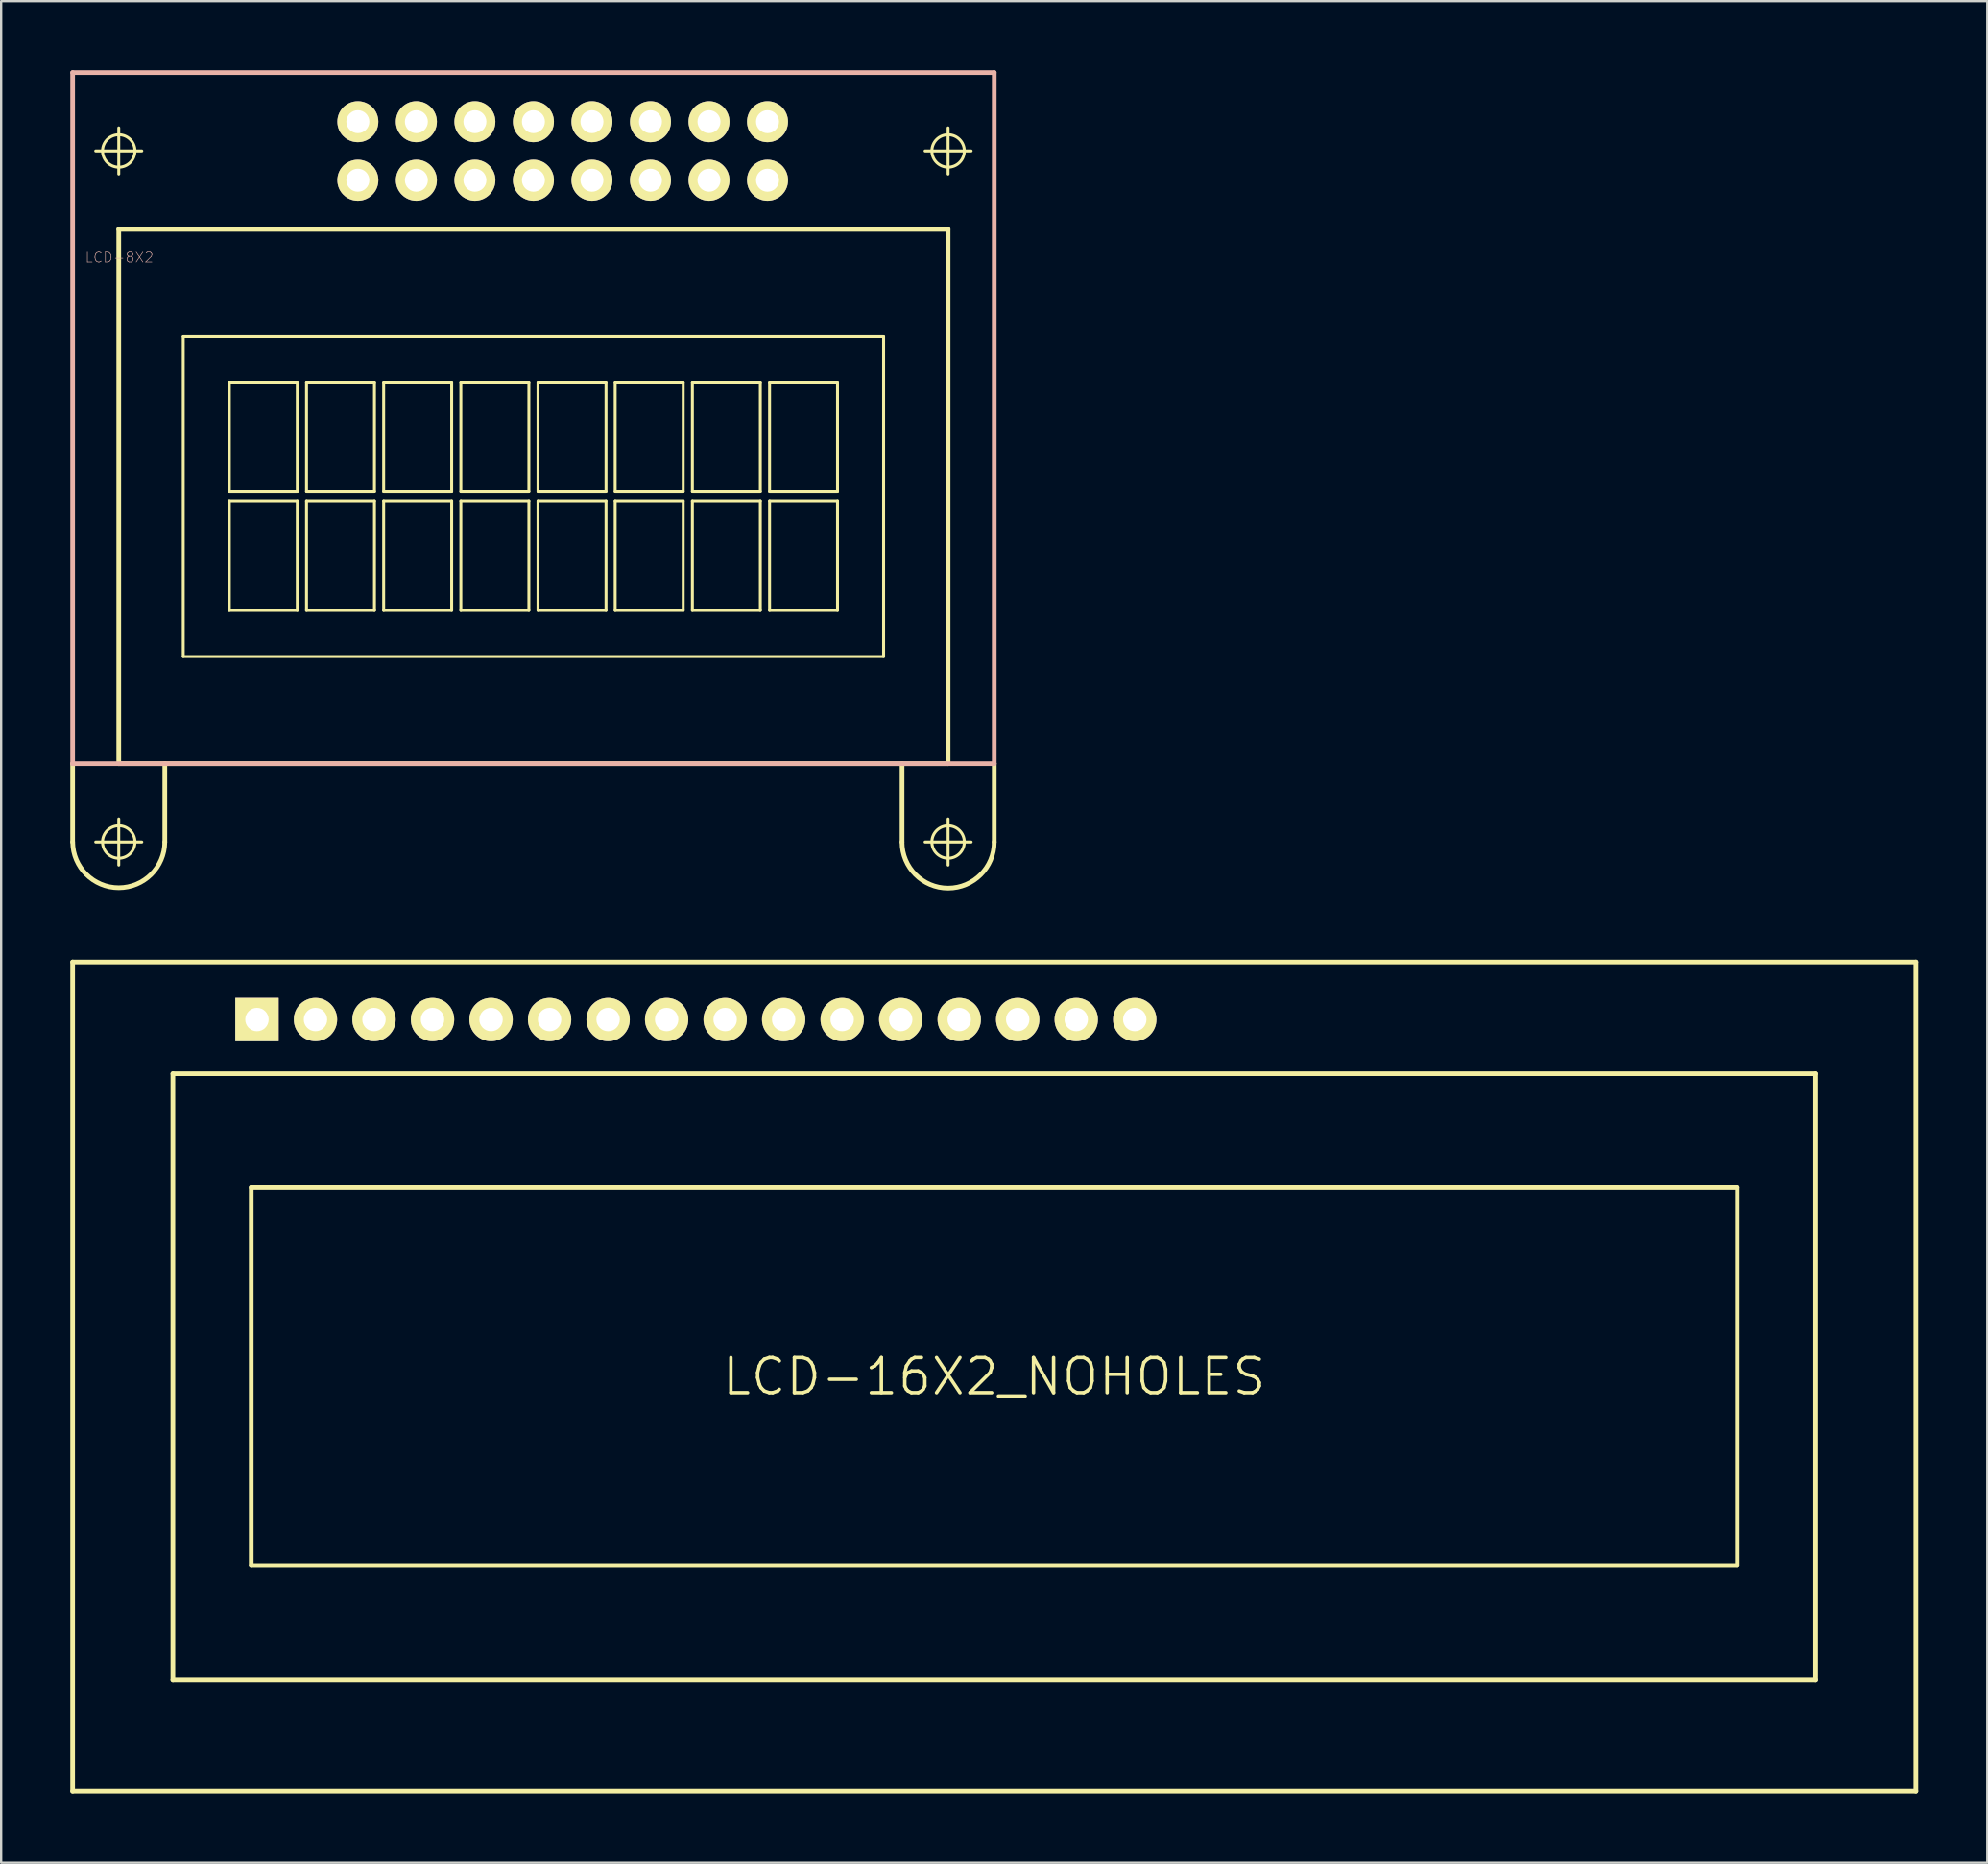
<source format=kicad_pcb>
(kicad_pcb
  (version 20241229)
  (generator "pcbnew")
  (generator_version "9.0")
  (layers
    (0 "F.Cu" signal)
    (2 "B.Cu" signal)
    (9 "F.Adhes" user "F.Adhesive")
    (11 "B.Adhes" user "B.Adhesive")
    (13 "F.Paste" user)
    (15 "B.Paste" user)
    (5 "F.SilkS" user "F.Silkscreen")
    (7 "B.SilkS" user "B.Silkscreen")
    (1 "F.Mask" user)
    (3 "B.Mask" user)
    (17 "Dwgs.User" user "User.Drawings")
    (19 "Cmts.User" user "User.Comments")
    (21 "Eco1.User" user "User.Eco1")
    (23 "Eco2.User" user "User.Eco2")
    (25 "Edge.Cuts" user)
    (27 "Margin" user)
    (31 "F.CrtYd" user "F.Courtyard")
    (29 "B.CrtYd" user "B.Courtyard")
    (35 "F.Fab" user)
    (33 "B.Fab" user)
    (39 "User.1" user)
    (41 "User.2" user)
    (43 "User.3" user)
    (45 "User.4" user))
  (footprint "LCD-8X2"
    (layer "F.Cu")
    (at 20.102 18.501)
    (property "Reference" "LCD-8X2" (at -17.971 -10.373 0) (layer "B.SilkS") (effects (font (size 0.432 0.432) (thickness 0.025))))
    (attr exclude_from_pos_files exclude_from_bom)
    (fp_line (start -20 14.999) (end -20 11.598) (stroke (width 0.203) (type solid)) (layer "F.SilkS"))
    (fp_line (start -18.999 -14.999) (end -16.998 -14.999) (stroke (width 0.127) (type solid)) (layer "F.SilkS"))
    (fp_line (start -18.999 14.999) (end -16.998 14.999) (stroke (width 0.127) (type solid)) (layer "F.SilkS"))
    (fp_line (start -17.998 -13.998) (end -17.998 -15.999) (stroke (width 0.127) (type solid)) (layer "F.SilkS"))
    (fp_line (start -17.998 -11.598) (end -17.998 11.598) (stroke (width 0.203) (type solid)) (layer "F.SilkS"))
    (fp_line (start -17.998 -11.598) (end 17.998 -11.598) (stroke (width 0.203) (type solid)) (layer "F.SilkS"))
    (fp_line (start -17.998 11.598) (end 17.998 11.598) (stroke (width 0.203) (type solid)) (layer "F.SilkS"))
    (fp_line (start -17.998 15.999) (end -17.998 13.998) (stroke (width 0.127) (type solid)) (layer "F.SilkS"))
    (fp_line (start -15.999 14.999) (end -15.999 11.598) (stroke (width 0.203) (type solid)) (layer "F.SilkS"))
    (fp_line (start -15.199 -6.949) (end -15.199 6.949) (stroke (width 0.127) (type solid)) (layer "F.SilkS"))
    (fp_line (start -15.199 6.949) (end 15.199 6.949) (stroke (width 0.127) (type solid)) (layer "F.SilkS"))
    (fp_line (start -13.198 -4.948) (end -10.249 -4.948) (stroke (width 0.127) (type solid)) (layer "F.SilkS"))
    (fp_line (start -13.198 -0.198) (end -13.198 -4.948) (stroke (width 0.127) (type solid)) (layer "F.SilkS"))
    (fp_line (start -13.198 0.198) (end -13.198 4.948) (stroke (width 0.127) (type solid)) (layer "F.SilkS"))
    (fp_line (start -13.198 4.948) (end -10.249 4.948) (stroke (width 0.127) (type solid)) (layer "F.SilkS"))
    (fp_line (start -10.249 -4.948) (end -10.249 -0.198) (stroke (width 0.127) (type solid)) (layer "F.SilkS"))
    (fp_line (start -10.249 -0.198) (end -13.198 -0.198) (stroke (width 0.127) (type solid)) (layer "F.SilkS"))
    (fp_line (start -10.249 0.198) (end -13.198 0.198) (stroke (width 0.127) (type solid)) (layer "F.SilkS"))
    (fp_line (start -10.249 4.948) (end -10.249 0.198) (stroke (width 0.127) (type solid)) (layer "F.SilkS"))
    (fp_line (start -9.848 -4.948) (end -6.899 -4.948) (stroke (width 0.127) (type solid)) (layer "F.SilkS"))
    (fp_line (start -9.848 -0.198) (end -9.848 -4.948) (stroke (width 0.127) (type solid)) (layer "F.SilkS"))
    (fp_line (start -9.848 0.198) (end -9.848 4.948) (stroke (width 0.127) (type solid)) (layer "F.SilkS"))
    (fp_line (start -9.848 4.948) (end -6.899 4.948) (stroke (width 0.127) (type solid)) (layer "F.SilkS"))
    (fp_line (start -6.899 -4.948) (end -6.899 -0.198) (stroke (width 0.127) (type solid)) (layer "F.SilkS"))
    (fp_line (start -6.899 -0.198) (end -9.848 -0.198) (stroke (width 0.127) (type solid)) (layer "F.SilkS"))
    (fp_line (start -6.899 0.198) (end -9.848 0.198) (stroke (width 0.127) (type solid)) (layer "F.SilkS"))
    (fp_line (start -6.899 4.948) (end -6.899 0.198) (stroke (width 0.127) (type solid)) (layer "F.SilkS"))
    (fp_line (start -6.5 -4.948) (end -3.548 -4.948) (stroke (width 0.127) (type solid)) (layer "F.SilkS"))
    (fp_line (start -6.5 -0.198) (end -6.5 -4.948) (stroke (width 0.127) (type solid)) (layer "F.SilkS"))
    (fp_line (start -6.5 0.198) (end -6.5 4.948) (stroke (width 0.127) (type solid)) (layer "F.SilkS"))
    (fp_line (start -6.5 4.948) (end -3.548 4.948) (stroke (width 0.127) (type solid)) (layer "F.SilkS"))
    (fp_line (start -3.548 -4.948) (end -3.548 -0.198) (stroke (width 0.127) (type solid)) (layer "F.SilkS"))
    (fp_line (start -3.548 -0.198) (end -6.5 -0.198) (stroke (width 0.127) (type solid)) (layer "F.SilkS"))
    (fp_line (start -3.548 0.198) (end -6.5 0.198) (stroke (width 0.127) (type solid)) (layer "F.SilkS"))
    (fp_line (start -3.548 4.948) (end -3.548 0.198) (stroke (width 0.127) (type solid)) (layer "F.SilkS"))
    (fp_line (start -3.15 -4.948) (end -0.198 -4.948) (stroke (width 0.127) (type solid)) (layer "F.SilkS"))
    (fp_line (start -3.15 -0.198) (end -3.15 -4.948) (stroke (width 0.127) (type solid)) (layer "F.SilkS"))
    (fp_line (start -3.15 0.198) (end -3.15 4.948) (stroke (width 0.127) (type solid)) (layer "F.SilkS"))
    (fp_line (start -3.15 4.948) (end -0.198 4.948) (stroke (width 0.127) (type solid)) (layer "F.SilkS"))
    (fp_line (start -0.198 -4.948) (end -0.198 -0.198) (stroke (width 0.127) (type solid)) (layer "F.SilkS"))
    (fp_line (start -0.198 -0.198) (end -3.15 -0.198) (stroke (width 0.127) (type solid)) (layer "F.SilkS"))
    (fp_line (start -0.198 0.198) (end -3.15 0.198) (stroke (width 0.127) (type solid)) (layer "F.SilkS"))
    (fp_line (start -0.198 4.948) (end -0.198 0.198) (stroke (width 0.127) (type solid)) (layer "F.SilkS"))
    (fp_line (start 0.198 -4.948) (end 3.15 -4.948) (stroke (width 0.127) (type solid)) (layer "F.SilkS"))
    (fp_line (start 0.198 -0.198) (end 0.198 -4.948) (stroke (width 0.127) (type solid)) (layer "F.SilkS"))
    (fp_line (start 0.198 0.198) (end 0.198 4.948) (stroke (width 0.127) (type solid)) (layer "F.SilkS"))
    (fp_line (start 0.198 4.948) (end 3.15 4.948) (stroke (width 0.127) (type solid)) (layer "F.SilkS"))
    (fp_line (start 3.15 -4.948) (end 3.15 -0.198) (stroke (width 0.127) (type solid)) (layer "F.SilkS"))
    (fp_line (start 3.15 -0.198) (end 0.198 -0.198) (stroke (width 0.127) (type solid)) (layer "F.SilkS"))
    (fp_line (start 3.15 0.198) (end 0.198 0.198) (stroke (width 0.127) (type solid)) (layer "F.SilkS"))
    (fp_line (start 3.15 4.948) (end 3.15 0.198) (stroke (width 0.127) (type solid)) (layer "F.SilkS"))
    (fp_line (start 3.548 -4.948) (end 6.5 -4.948) (stroke (width 0.127) (type solid)) (layer "F.SilkS"))
    (fp_line (start 3.548 -0.198) (end 3.548 -4.948) (stroke (width 0.127) (type solid)) (layer "F.SilkS"))
    (fp_line (start 3.548 0.198) (end 3.548 4.948) (stroke (width 0.127) (type solid)) (layer "F.SilkS"))
    (fp_line (start 3.548 4.948) (end 6.5 4.948) (stroke (width 0.127) (type solid)) (layer "F.SilkS"))
    (fp_line (start 6.5 -4.948) (end 6.5 -0.198) (stroke (width 0.127) (type solid)) (layer "F.SilkS"))
    (fp_line (start 6.5 -0.198) (end 3.548 -0.198) (stroke (width 0.127) (type solid)) (layer "F.SilkS"))
    (fp_line (start 6.5 0.198) (end 3.548 0.198) (stroke (width 0.127) (type solid)) (layer "F.SilkS"))
    (fp_line (start 6.5 4.948) (end 6.5 0.198) (stroke (width 0.127) (type solid)) (layer "F.SilkS"))
    (fp_line (start 6.899 -4.948) (end 9.848 -4.948) (stroke (width 0.127) (type solid)) (layer "F.SilkS"))
    (fp_line (start 6.899 -0.198) (end 6.899 -4.948) (stroke (width 0.127) (type solid)) (layer "F.SilkS"))
    (fp_line (start 6.899 0.198) (end 6.899 4.948) (stroke (width 0.127) (type solid)) (layer "F.SilkS"))
    (fp_line (start 6.899 4.948) (end 9.848 4.948) (stroke (width 0.127) (type solid)) (layer "F.SilkS"))
    (fp_line (start 9.848 -4.948) (end 9.848 -0.198) (stroke (width 0.127) (type solid)) (layer "F.SilkS"))
    (fp_line (start 9.848 -0.198) (end 6.899 -0.198) (stroke (width 0.127) (type solid)) (layer "F.SilkS"))
    (fp_line (start 9.848 0.198) (end 6.899 0.198) (stroke (width 0.127) (type solid)) (layer "F.SilkS"))
    (fp_line (start 9.848 4.948) (end 9.848 0.198) (stroke (width 0.127) (type solid)) (layer "F.SilkS"))
    (fp_line (start 10.249 -4.948) (end 13.198 -4.948) (stroke (width 0.127) (type solid)) (layer "F.SilkS"))
    (fp_line (start 10.249 -0.198) (end 10.249 -4.948) (stroke (width 0.127) (type solid)) (layer "F.SilkS"))
    (fp_line (start 10.249 0.198) (end 10.249 4.948) (stroke (width 0.127) (type solid)) (layer "F.SilkS"))
    (fp_line (start 10.249 4.948) (end 13.198 4.948) (stroke (width 0.127) (type solid)) (layer "F.SilkS"))
    (fp_line (start 13.198 -4.948) (end 13.198 -0.198) (stroke (width 0.127) (type solid)) (layer "F.SilkS"))
    (fp_line (start 13.198 -0.198) (end 10.249 -0.198) (stroke (width 0.127) (type solid)) (layer "F.SilkS"))
    (fp_line (start 13.198 0.198) (end 10.249 0.198) (stroke (width 0.127) (type solid)) (layer "F.SilkS"))
    (fp_line (start 13.198 4.948) (end 13.198 0.198) (stroke (width 0.127) (type solid)) (layer "F.SilkS"))
    (fp_line (start 15.199 -6.949) (end -15.199 -6.949) (stroke (width 0.127) (type solid)) (layer "F.SilkS"))
    (fp_line (start 15.199 6.949) (end 15.199 -6.949) (stroke (width 0.127) (type solid)) (layer "F.SilkS"))
    (fp_line (start 15.999 14.999) (end 15.999 11.598) (stroke (width 0.203) (type solid)) (layer "F.SilkS"))
    (fp_line (start 16.998 -14.999) (end 18.999 -14.999) (stroke (width 0.127) (type solid)) (layer "F.SilkS"))
    (fp_line (start 16.998 14.999) (end 18.999 14.999) (stroke (width 0.127) (type solid)) (layer "F.SilkS"))
    (fp_line (start 17.998 -13.998) (end 17.998 -15.999) (stroke (width 0.127) (type solid)) (layer "F.SilkS"))
    (fp_line (start 17.998 -11.598) (end 17.998 11.598) (stroke (width 0.203) (type solid)) (layer "F.SilkS"))
    (fp_line (start 17.998 15.999) (end 17.998 13.998) (stroke (width 0.127) (type solid)) (layer "F.SilkS"))
    (fp_line (start 20 14.999) (end 20 11.598) (stroke (width 0.203) (type solid)) (layer "F.SilkS"))
    (fp_arc (start -15.99946 14.9987) (mid -17.99844 16.99768) (end -19.99742 14.9987) (stroke (width 0.2032) (type solid)) (layer "F.SilkS"))
    (fp_arc (start 19.99996 14.9987) (mid 17.99844 17.00022) (end 15.99692 14.9987) (stroke (width 0.2032) (type solid)) (layer "F.SilkS"))
    (fp_circle (center -17.998 -14.999) (end -18.496 -15.497) (stroke (width 0.127) (type solid)) (fill no) (layer "F.SilkS"))
    (fp_circle (center -17.998 14.999) (end -18.496 15.497) (stroke (width 0.127) (type solid)) (fill no) (layer "F.SilkS"))
    (fp_circle (center 17.998 -14.999) (end 18.496 -15.497) (stroke (width 0.127) (type solid)) (fill no) (layer "F.SilkS"))
    (fp_circle (center 17.998 14.999) (end 18.496 15.497) (stroke (width 0.127) (type solid)) (fill no) (layer "F.SilkS"))
    (fp_line (start -20 -18.4) (end 20 -18.4) (stroke (width 0.203) (type solid)) (layer "B.SilkS"))
    (fp_line (start -20 11.598) (end -20 -18.4) (stroke (width 0.203) (type solid)) (layer "B.SilkS"))
    (fp_line (start 20 -18.4) (end 20 11.598) (stroke (width 0.203) (type solid)) (layer "B.SilkS"))
    (fp_line (start 20 11.598) (end -20 11.598) (stroke (width 0.203) (type solid)) (layer "B.SilkS"))
    (pad "1" thru_hole circle (at -7.62 -13.729) (size 1.778 1.778) (drill 0.998) (layers "*.Cu" "F.Mask" "F.SilkS" "F.Paste"))
    (pad "2" thru_hole circle (at -7.62 -16.269) (size 1.778 1.778) (drill 0.998) (layers "*.Cu" "F.Mask" "F.SilkS" "F.Paste"))
    (pad "3" thru_hole circle (at -5.08 -13.729) (size 1.778 1.778) (drill 0.998) (layers "*.Cu" "F.Mask" "F.SilkS" "F.Paste"))
    (pad "4" thru_hole circle (at -5.08 -16.269) (size 1.778 1.778) (drill 0.998) (layers "*.Cu" "F.Mask" "F.SilkS" "F.Paste"))
    (pad "5" thru_hole circle (at -2.54 -13.729) (size 1.778 1.778) (drill 0.998) (layers "*.Cu" "F.Mask" "F.SilkS" "F.Paste"))
    (pad "6" thru_hole circle (at -2.54 -16.269) (size 1.778 1.778) (drill 0.998) (layers "*.Cu" "F.Mask" "F.SilkS" "F.Paste"))
    (pad "7" thru_hole circle (at 0 -13.729) (size 1.778 1.778) (drill 0.998) (layers "*.Cu" "F.Mask" "F.SilkS" "F.Paste"))
    (pad "8" thru_hole circle (at 0 -16.269) (size 1.778 1.778) (drill 0.998) (layers "*.Cu" "F.Mask" "F.SilkS" "F.Paste"))
    (pad "9" thru_hole circle (at 2.54 -13.729) (size 1.778 1.778) (drill 0.998) (layers "*.Cu" "F.Mask" "F.SilkS" "F.Paste"))
    (pad "10" thru_hole circle (at 2.54 -16.269) (size 1.778 1.778) (drill 0.998) (layers "*.Cu" "F.Mask" "F.SilkS" "F.Paste"))
    (pad "11" thru_hole circle (at 5.08 -13.729) (size 1.778 1.778) (drill 0.998) (layers "*.Cu" "F.Mask" "F.SilkS" "F.Paste"))
    (pad "12" thru_hole circle (at 5.08 -16.269) (size 1.778 1.778) (drill 0.998) (layers "*.Cu" "F.Mask" "F.SilkS" "F.Paste"))
    (pad "13" thru_hole circle (at 7.62 -13.729) (size 1.778 1.778) (drill 0.998) (layers "*.Cu" "F.Mask" "F.SilkS" "F.Paste"))
    (pad "14" thru_hole circle (at 7.62 -16.269) (size 1.778 1.778) (drill 0.998) (layers "*.Cu" "F.Mask" "F.SilkS" "F.Paste"))
    (pad "15" thru_hole circle (at 10.16 -13.729) (size 1.778 1.778) (drill 0.998) (layers "*.Cu" "F.Mask" "F.SilkS" "F.Paste"))
    (pad "16" thru_hole circle (at 10.16 -16.269) (size 1.778 1.778) (drill 0.998) (layers "*.Cu" "F.Mask" "F.SilkS" "F.Paste")))
  (footprint "LCD-16X2_NOHOLES"
    (layer "F.Cu")
    (at 40.102 56.703)
    (property "Reference" "LCD-16X2_NOHOLES" (at 0 0 0) (layer "F.SilkS") (effects (font (size 1.524 1.524) (thickness 0.15))))
    (attr exclude_from_pos_files exclude_from_bom)
    (fp_line (start -40 -17.998) (end 40 -17.998) (stroke (width 0.203) (type solid)) (layer "F.SilkS"))
    (fp_line (start -40 17.998) (end -40 -17.998) (stroke (width 0.203) (type solid)) (layer "F.SilkS"))
    (fp_line (start -35.649 -13.15) (end 35.649 -13.15) (stroke (width 0.203) (type solid)) (layer "F.SilkS"))
    (fp_line (start -35.649 13.15) (end -35.649 -13.15) (stroke (width 0.203) (type solid)) (layer "F.SilkS"))
    (fp_line (start -32.248 -8.199) (end 32.248 -8.199) (stroke (width 0.203) (type solid)) (layer "F.SilkS"))
    (fp_line (start -32.248 8.199) (end -32.248 -8.199) (stroke (width 0.203) (type solid)) (layer "F.SilkS"))
    (fp_line (start 32.248 -8.199) (end 32.248 8.199) (stroke (width 0.203) (type solid)) (layer "F.SilkS"))
    (fp_line (start 32.248 8.199) (end -32.248 8.199) (stroke (width 0.203) (type solid)) (layer "F.SilkS"))
    (fp_line (start 35.649 -13.15) (end 35.649 13.15) (stroke (width 0.203) (type solid)) (layer "F.SilkS"))
    (fp_line (start 35.649 13.15) (end -35.649 13.15) (stroke (width 0.203) (type solid)) (layer "F.SilkS"))
    (fp_line (start 40 -17.998) (end 40 17.998) (stroke (width 0.203) (type solid)) (layer "F.SilkS"))
    (fp_line (start 40 17.998) (end -40 17.998) (stroke (width 0.203) (type solid)) (layer "F.SilkS"))
    (pad "1" thru_hole rect (at -31.999 -15.499) (size 1.88 1.88) (drill 1.016) (layers "*.Cu" "F.Mask" "F.SilkS" "F.Paste"))
    (pad "2" thru_hole circle (at -29.459 -15.499) (size 1.88 1.88) (drill 1.016) (layers "*.Cu" "F.Mask" "F.SilkS" "F.Paste"))
    (pad "3" thru_hole circle (at -26.919 -15.499) (size 1.88 1.88) (drill 1.016) (layers "*.Cu" "F.Mask" "F.SilkS" "F.Paste"))
    (pad "4" thru_hole circle (at -24.379 -15.499) (size 1.88 1.88) (drill 1.016) (layers "*.Cu" "F.Mask" "F.SilkS" "F.Paste"))
    (pad "5" thru_hole circle (at -21.839 -15.499) (size 1.88 1.88) (drill 1.016) (layers "*.Cu" "F.Mask" "F.SilkS" "F.Paste"))
    (pad "6" thru_hole circle (at -19.299 -15.499) (size 1.88 1.88) (drill 1.016) (layers "*.Cu" "F.Mask" "F.SilkS" "F.Paste"))
    (pad "7" thru_hole circle (at -16.759 -15.499) (size 1.88 1.88) (drill 1.016) (layers "*.Cu" "F.Mask" "F.SilkS" "F.Paste"))
    (pad "8" thru_hole circle (at -14.219 -15.499) (size 1.88 1.88) (drill 1.016) (layers "*.Cu" "F.Mask" "F.SilkS" "F.Paste"))
    (pad "9" thru_hole circle (at -11.679 -15.499) (size 1.88 1.88) (drill 1.016) (layers "*.Cu" "F.Mask" "F.SilkS" "F.Paste"))
    (pad "10" thru_hole circle (at -9.139 -15.499) (size 1.88 1.88) (drill 1.016) (layers "*.Cu" "F.Mask" "F.SilkS" "F.Paste"))
    (pad "11" thru_hole circle (at -6.599 -15.499) (size 1.88 1.88) (drill 1.016) (layers "*.Cu" "F.Mask" "F.SilkS" "F.Paste"))
    (pad "12" thru_hole circle (at -4.059 -15.499) (size 1.88 1.88) (drill 1.016) (layers "*.Cu" "F.Mask" "F.SilkS" "F.Paste"))
    (pad "13" thru_hole circle (at -1.519 -15.499) (size 1.88 1.88) (drill 1.016) (layers "*.Cu" "F.Mask" "F.SilkS" "F.Paste"))
    (pad "14" thru_hole circle (at 1.019 -15.499) (size 1.88 1.88) (drill 1.016) (layers "*.Cu" "F.Mask" "F.SilkS" "F.Paste"))
    (pad "15" thru_hole circle (at 3.559 -15.499) (size 1.88 1.88) (drill 1.016) (layers "*.Cu" "F.Mask" "F.SilkS" "F.Paste"))
    (pad "16" thru_hole circle (at 6.099 -15.499) (size 1.88 1.88) (drill 1.016) (layers "*.Cu" "F.Mask" "F.SilkS" "F.Paste")))
  (gr_rect
    (start -3 -3)
    (end 83.203 77.803)
    (stroke (width 0.1) (type default))
    (fill no)
    (layer "Edge.Cuts")))
</source>
